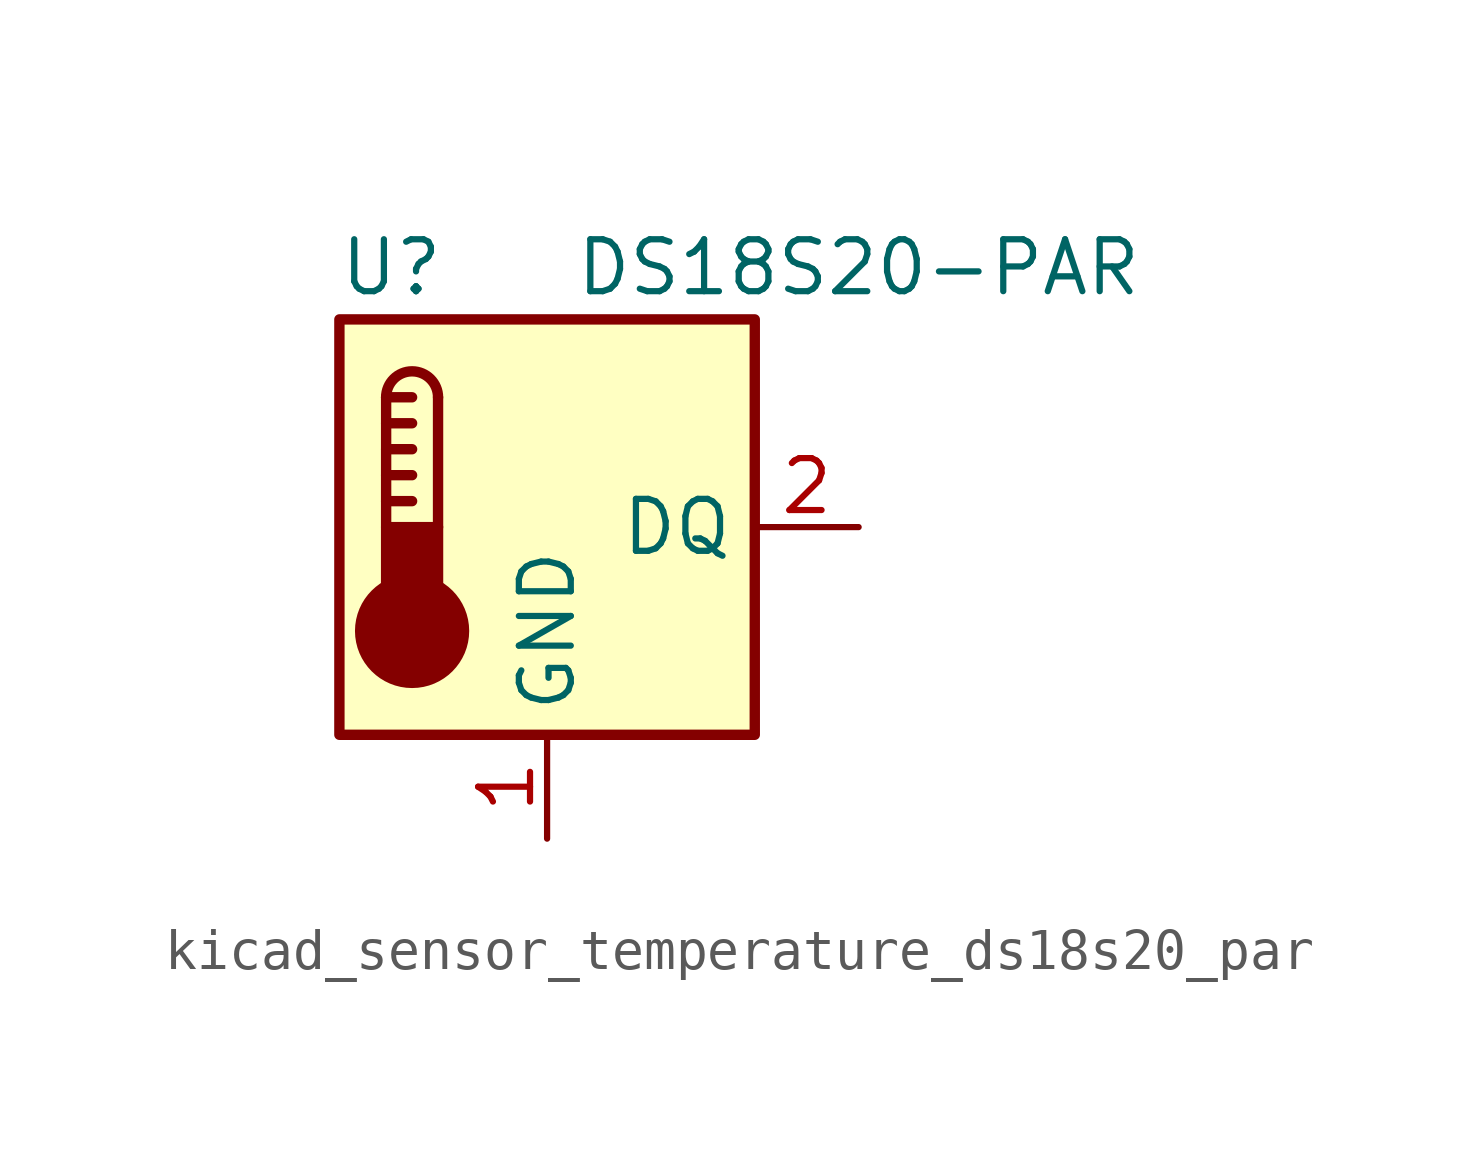
<source format=kicad_sym>
(kicad_symbol_lib
  (version 20220914)
  (generator kicad_symbol_editor)
  (symbol "kicad_sensor_temperature_ds18s20_par"
    (property "Reference" "U"
      (at -3.81 6.35 0)
      (effects (font (size 1.27 1.27))))
    (property "Value" "DS18S20-PAR"
      (at 7.62 6.35 0)
      (effects (font (size 1.27 1.27))))
    (symbol "kicad_sensor_temperature_ds18s20_par_0_1"
      (rectangle (start -5.08 5.08) (end 5.08 -5.08) (stroke (width 0.254) (type default)) (fill (type background)))
      (circle (center -3.302 -2.54) (radius 1.27) (stroke (width 0.254) (type default)) (fill (type outline)))
      (rectangle (start -2.667 -1.905) (end -3.937 0) (stroke (width 0.254) (type default)) (fill (type outline)))
      (arc (start -2.667 3.175) (mid -3.302 3.8073) (end -3.937 3.175) (stroke (width 0.254) (type default)) (fill (type none)))
      (polyline (pts (xy -3.937 0.635) (xy -3.302 0.635)) (stroke (width 0.254) (type default)) (fill (type none)))
      (polyline (pts (xy -3.937 1.27) (xy -3.302 1.27)) (stroke (width 0.254) (type default)) (fill (type none)))
      (polyline (pts (xy -3.937 1.905) (xy -3.302 1.905)) (stroke (width 0.254) (type default)) (fill (type none)))
      (polyline (pts (xy -3.937 2.54) (xy -3.302 2.54)) (stroke (width 0.254) (type default)) (fill (type none)))
      (polyline (pts (xy -3.937 3.175) (xy -3.937 0)) (stroke (width 0.254) (type default)) (fill (type none)))
      (polyline (pts (xy -3.937 3.175) (xy -3.302 3.175)) (stroke (width 0.254) (type default)) (fill (type none)))
      (polyline (pts (xy -2.667 3.175) (xy -2.667 0)) (stroke (width 0.254) (type default)) (fill (type none))))
    (symbol "kicad_sensor_temperature_ds18s20_par_1_1"
      (pin power_in line (at 0 -7.62 90) (length 2.54) (name "GND" (effects (font (size 1.27 1.27)))) (number "1" (effects (font (size 1.27 1.27)))))
      (pin bidirectional line (at 7.62 0 180) (length 2.54) (name "DQ" (effects (font (size 1.27 1.27)))) (number "2" (effects (font (size 1.27 1.27)))))
      (pin no_connect line (at 5.08 2.54 180) (length 2.54) hide (name "NC" (effects (font (size 1.27 1.27)))) (number "3" (effects (font (size 1.27 1.27))))))))
</source>
